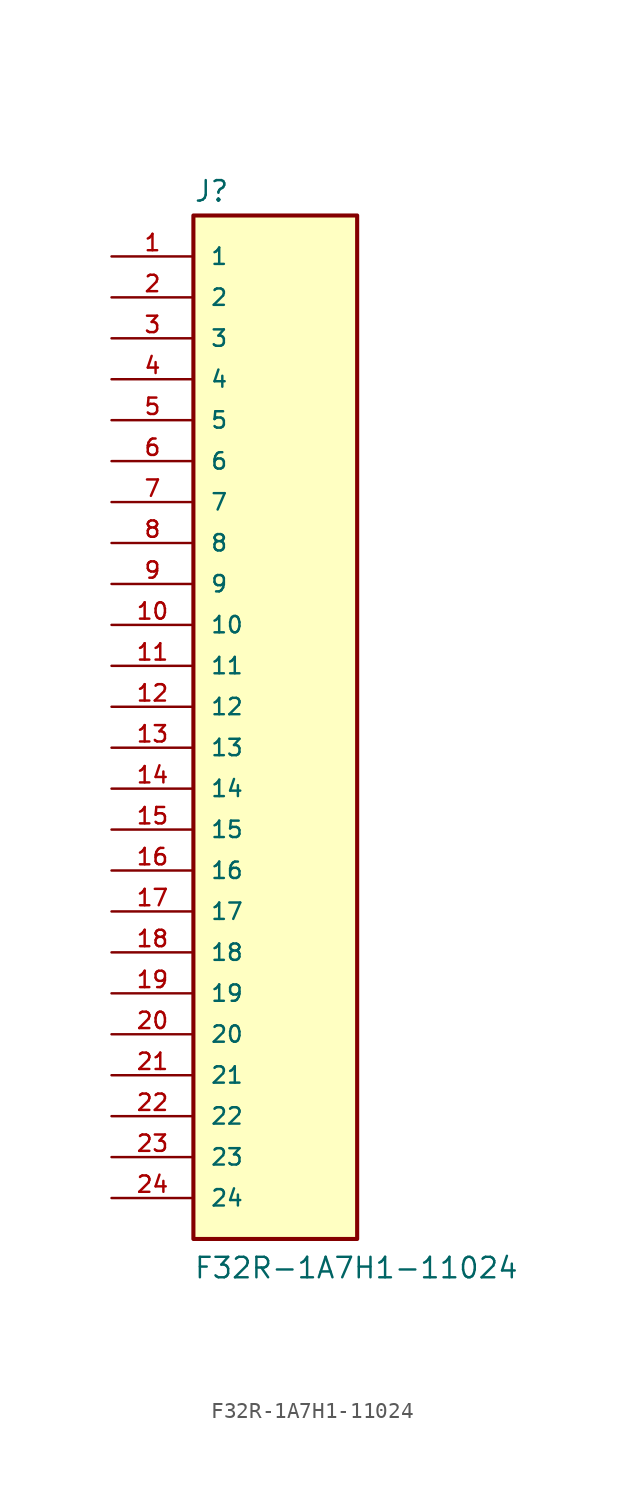
<source format=kicad_sym>
(kicad_symbol_lib
  (version 20211014)
  (generator kicad_symbol_editor)
  (symbol "F32R-1A7H1-11024"
    (pin_names
      (offset 1.016))
    (property "Reference" "J"
      (at -5.08 31.242 0)
      (effects (font (size 1.27 1.27)) (justify bottom left)))
    (property "Value" "F32R-1A7H1-11024"
      (at -5.08 -35.56 0)
      (effects (font (size 1.27 1.27)) (justify bottom left)))
    (symbol "F32R-1A7H1-11024_0_0"
      (rectangle (start -5.08 -33.02) (end 5.08 30.48) (stroke (width 0.254)) (fill (type background)))
      (pin passive line (at -10.16 27.94 0) (length 5.08) (name "1" (effects (font (size 1.016 1.016)))) (number "1" (effects (font (size 1.016 1.016)))))
      (pin passive line (at -10.16 25.4 0) (length 5.08) (name "2" (effects (font (size 1.016 1.016)))) (number "2" (effects (font (size 1.016 1.016)))))
      (pin passive line (at -10.16 22.86 0) (length 5.08) (name "3" (effects (font (size 1.016 1.016)))) (number "3" (effects (font (size 1.016 1.016)))))
      (pin passive line (at -10.16 20.32 0) (length 5.08) (name "4" (effects (font (size 1.016 1.016)))) (number "4" (effects (font (size 1.016 1.016)))))
      (pin passive line (at -10.16 17.78 0) (length 5.08) (name "5" (effects (font (size 1.016 1.016)))) (number "5" (effects (font (size 1.016 1.016)))))
      (pin passive line (at -10.16 15.24 0) (length 5.08) (name "6" (effects (font (size 1.016 1.016)))) (number "6" (effects (font (size 1.016 1.016)))))
      (pin passive line (at -10.16 12.7 0) (length 5.08) (name "7" (effects (font (size 1.016 1.016)))) (number "7" (effects (font (size 1.016 1.016)))))
      (pin passive line (at -10.16 10.16 0) (length 5.08) (name "8" (effects (font (size 1.016 1.016)))) (number "8" (effects (font (size 1.016 1.016)))))
      (pin passive line (at -10.16 7.62 0) (length 5.08) (name "9" (effects (font (size 1.016 1.016)))) (number "9" (effects (font (size 1.016 1.016)))))
      (pin passive line (at -10.16 5.08 0) (length 5.08) (name "10" (effects (font (size 1.016 1.016)))) (number "10" (effects (font (size 1.016 1.016)))))
      (pin passive line (at -10.16 2.54 0) (length 5.08) (name "11" (effects (font (size 1.016 1.016)))) (number "11" (effects (font (size 1.016 1.016)))))
      (pin passive line (at -10.16 0.0 0) (length 5.08) (name "12" (effects (font (size 1.016 1.016)))) (number "12" (effects (font (size 1.016 1.016)))))
      (pin passive line (at -10.16 -2.54 0) (length 5.08) (name "13" (effects (font (size 1.016 1.016)))) (number "13" (effects (font (size 1.016 1.016)))))
      (pin passive line (at -10.16 -5.08 0) (length 5.08) (name "14" (effects (font (size 1.016 1.016)))) (number "14" (effects (font (size 1.016 1.016)))))
      (pin passive line (at -10.16 -7.62 0) (length 5.08) (name "15" (effects (font (size 1.016 1.016)))) (number "15" (effects (font (size 1.016 1.016)))))
      (pin passive line (at -10.16 -10.16 0) (length 5.08) (name "16" (effects (font (size 1.016 1.016)))) (number "16" (effects (font (size 1.016 1.016)))))
      (pin passive line (at -10.16 -12.7 0) (length 5.08) (name "17" (effects (font (size 1.016 1.016)))) (number "17" (effects (font (size 1.016 1.016)))))
      (pin passive line (at -10.16 -15.24 0) (length 5.08) (name "18" (effects (font (size 1.016 1.016)))) (number "18" (effects (font (size 1.016 1.016)))))
      (pin passive line (at -10.16 -17.78 0) (length 5.08) (name "19" (effects (font (size 1.016 1.016)))) (number "19" (effects (font (size 1.016 1.016)))))
      (pin passive line (at -10.16 -20.32 0) (length 5.08) (name "20" (effects (font (size 1.016 1.016)))) (number "20" (effects (font (size 1.016 1.016)))))
      (pin passive line (at -10.16 -22.86 0) (length 5.08) (name "21" (effects (font (size 1.016 1.016)))) (number "21" (effects (font (size 1.016 1.016)))))
      (pin passive line (at -10.16 -25.4 0) (length 5.08) (name "22" (effects (font (size 1.016 1.016)))) (number "22" (effects (font (size 1.016 1.016)))))
      (pin passive line (at -10.16 -27.94 0) (length 5.08) (name "23" (effects (font (size 1.016 1.016)))) (number "23" (effects (font (size 1.016 1.016)))))
      (pin passive line (at -10.16 -30.48 0) (length 5.08) (name "24" (effects (font (size 1.016 1.016)))) (number "24" (effects (font (size 1.016 1.016))))))))
</source>
